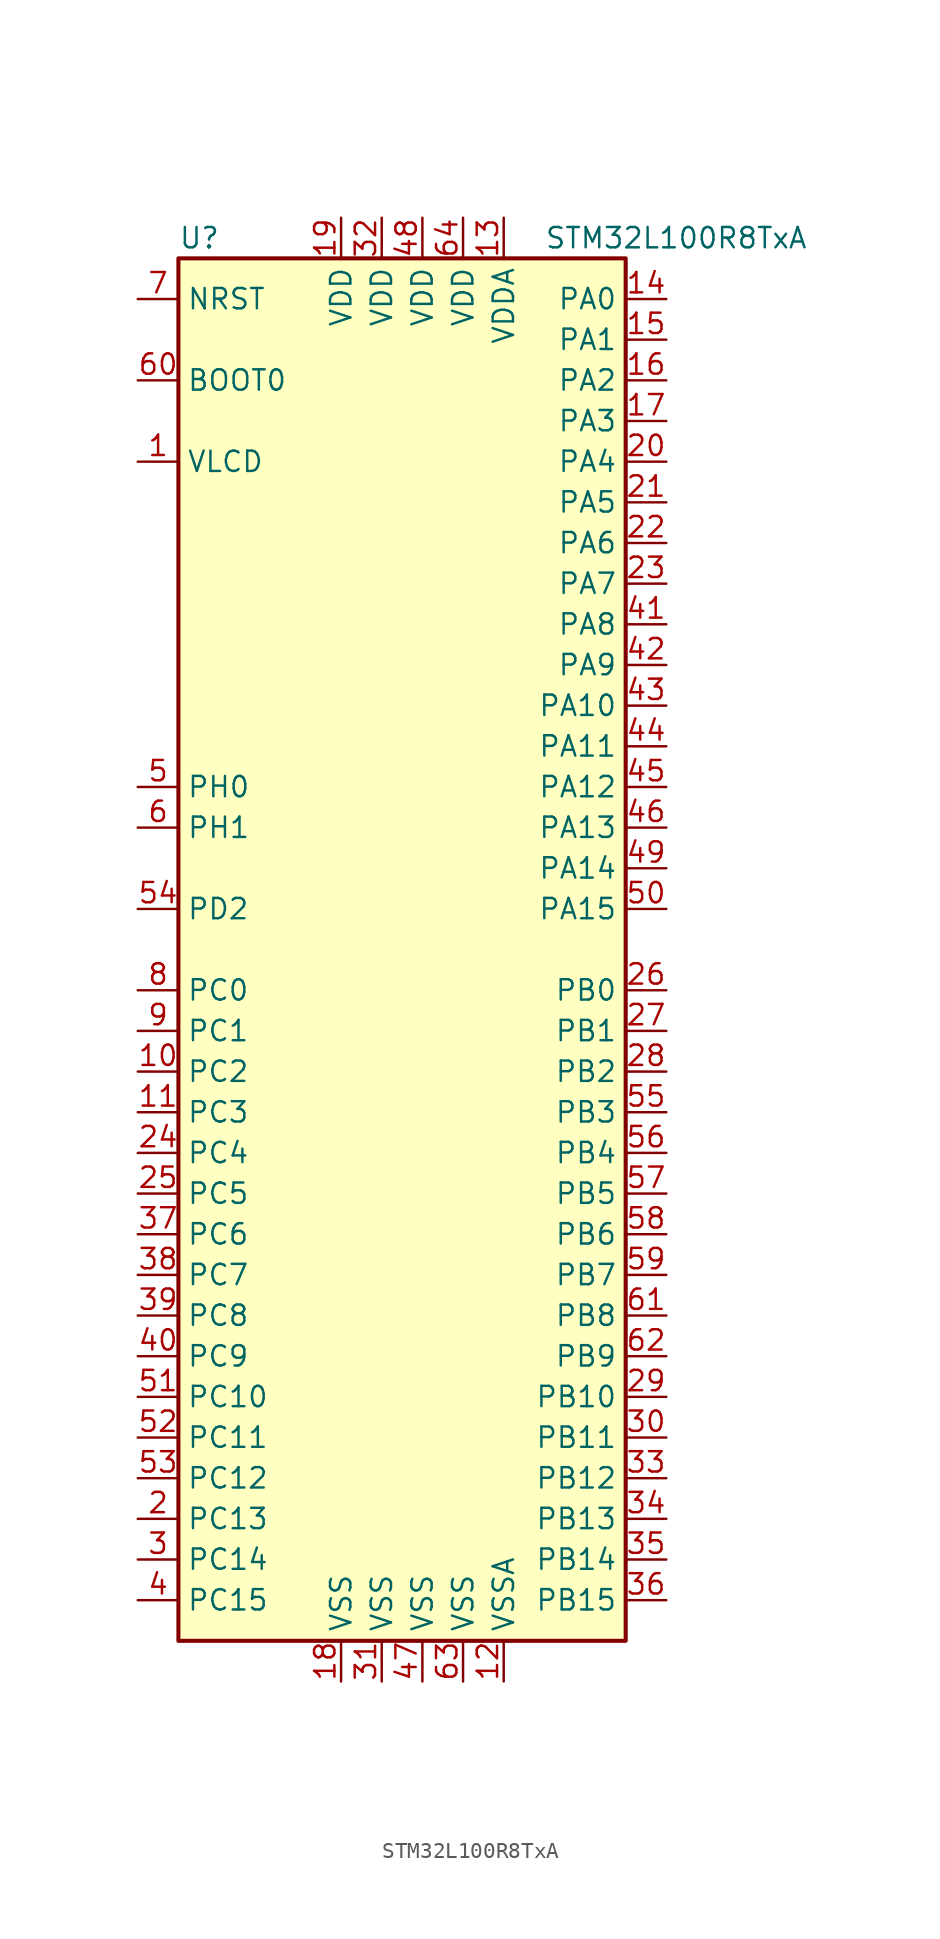
<source format=kicad_sym>
(kicad_symbol_lib
  (version 20201005)
  (generator kicad_symbol_editor)
  (symbol "STM32L100R8TxA"
    (property "Reference" "U"
      (at -15.24 44.45 0)
      (effects (font (size 1.27 1.27)) (justify left)))
    (property "Value" "STM32L100R8TxA"
      (at 7.62 44.45 0)
      (effects (font (size 1.27 1.27)) (justify left)))
    (symbol "STM32L100R8TxA_0_1"
      (rectangle (start -15.24 -43.18) (end 12.7 43.18) (stroke (width 0.254)) (fill (type background))))
    (symbol "STM32L100R8TxA_1_1"
      (pin power_in line (at -17.78 30.48 0) (length 2.54) (name "VLCD" (effects (font (size 1.27 1.27)))) (number "1" (effects (font (size 1.27 1.27)))))
      (pin bidirectional line (at -17.78 -7.62 0) (length 2.54) (name "PC2" (effects (font (size 1.27 1.27)))) (number "10" (effects (font (size 1.27 1.27)))))
      (pin bidirectional line (at -17.78 -10.16 0) (length 2.54) (name "PC3" (effects (font (size 1.27 1.27)))) (number "11" (effects (font (size 1.27 1.27)))))
      (pin power_in line (at 5.08 -45.72 90) (length 2.54) (name "VSSA" (effects (font (size 1.27 1.27)))) (number "12" (effects (font (size 1.27 1.27)))))
      (pin power_in line (at 5.08 45.72 270) (length 2.54) (name "VDDA" (effects (font (size 1.27 1.27)))) (number "13" (effects (font (size 1.27 1.27)))))
      (pin bidirectional line (at 15.24 40.64 180) (length 2.54) (name "PA0" (effects (font (size 1.27 1.27)))) (number "14" (effects (font (size 1.27 1.27)))))
      (pin bidirectional line (at 15.24 38.1 180) (length 2.54) (name "PA1" (effects (font (size 1.27 1.27)))) (number "15" (effects (font (size 1.27 1.27)))))
      (pin bidirectional line (at 15.24 35.56 180) (length 2.54) (name "PA2" (effects (font (size 1.27 1.27)))) (number "16" (effects (font (size 1.27 1.27)))))
      (pin bidirectional line (at 15.24 33.02 180) (length 2.54) (name "PA3" (effects (font (size 1.27 1.27)))) (number "17" (effects (font (size 1.27 1.27)))))
      (pin power_in line (at -5.08 -45.72 90) (length 2.54) (name "VSS" (effects (font (size 1.27 1.27)))) (number "18" (effects (font (size 1.27 1.27)))))
      (pin power_in line (at -5.08 45.72 270) (length 2.54) (name "VDD" (effects (font (size 1.27 1.27)))) (number "19" (effects (font (size 1.27 1.27)))))
      (pin bidirectional line (at -17.78 -35.56 0) (length 2.54) (name "PC13" (effects (font (size 1.27 1.27)))) (number "2" (effects (font (size 1.27 1.27)))))
      (pin bidirectional line (at 15.24 30.48 180) (length 2.54) (name "PA4" (effects (font (size 1.27 1.27)))) (number "20" (effects (font (size 1.27 1.27)))))
      (pin bidirectional line (at 15.24 27.94 180) (length 2.54) (name "PA5" (effects (font (size 1.27 1.27)))) (number "21" (effects (font (size 1.27 1.27)))))
      (pin bidirectional line (at 15.24 25.4 180) (length 2.54) (name "PA6" (effects (font (size 1.27 1.27)))) (number "22" (effects (font (size 1.27 1.27)))))
      (pin bidirectional line (at 15.24 22.86 180) (length 2.54) (name "PA7" (effects (font (size 1.27 1.27)))) (number "23" (effects (font (size 1.27 1.27)))))
      (pin bidirectional line (at -17.78 -12.7 0) (length 2.54) (name "PC4" (effects (font (size 1.27 1.27)))) (number "24" (effects (font (size 1.27 1.27)))))
      (pin bidirectional line (at -17.78 -15.24 0) (length 2.54) (name "PC5" (effects (font (size 1.27 1.27)))) (number "25" (effects (font (size 1.27 1.27)))))
      (pin bidirectional line (at 15.24 -2.54 180) (length 2.54) (name "PB0" (effects (font (size 1.27 1.27)))) (number "26" (effects (font (size 1.27 1.27)))))
      (pin bidirectional line (at 15.24 -5.08 180) (length 2.54) (name "PB1" (effects (font (size 1.27 1.27)))) (number "27" (effects (font (size 1.27 1.27)))))
      (pin bidirectional line (at 15.24 -7.62 180) (length 2.54) (name "PB2" (effects (font (size 1.27 1.27)))) (number "28" (effects (font (size 1.27 1.27)))))
      (pin bidirectional line (at 15.24 -27.94 180) (length 2.54) (name "PB10" (effects (font (size 1.27 1.27)))) (number "29" (effects (font (size 1.27 1.27)))))
      (pin bidirectional line (at -17.78 -38.1 0) (length 2.54) (name "PC14" (effects (font (size 1.27 1.27)))) (number "3" (effects (font (size 1.27 1.27)))))
      (pin bidirectional line (at 15.24 -30.48 180) (length 2.54) (name "PB11" (effects (font (size 1.27 1.27)))) (number "30" (effects (font (size 1.27 1.27)))))
      (pin power_in line (at -2.54 -45.72 90) (length 2.54) (name "VSS" (effects (font (size 1.27 1.27)))) (number "31" (effects (font (size 1.27 1.27)))))
      (pin power_in line (at -2.54 45.72 270) (length 2.54) (name "VDD" (effects (font (size 1.27 1.27)))) (number "32" (effects (font (size 1.27 1.27)))))
      (pin bidirectional line (at 15.24 -33.02 180) (length 2.54) (name "PB12" (effects (font (size 1.27 1.27)))) (number "33" (effects (font (size 1.27 1.27)))))
      (pin bidirectional line (at 15.24 -35.56 180) (length 2.54) (name "PB13" (effects (font (size 1.27 1.27)))) (number "34" (effects (font (size 1.27 1.27)))))
      (pin bidirectional line (at 15.24 -38.1 180) (length 2.54) (name "PB14" (effects (font (size 1.27 1.27)))) (number "35" (effects (font (size 1.27 1.27)))))
      (pin bidirectional line (at 15.24 -40.64 180) (length 2.54) (name "PB15" (effects (font (size 1.27 1.27)))) (number "36" (effects (font (size 1.27 1.27)))))
      (pin bidirectional line (at -17.78 -17.78 0) (length 2.54) (name "PC6" (effects (font (size 1.27 1.27)))) (number "37" (effects (font (size 1.27 1.27)))))
      (pin bidirectional line (at -17.78 -20.32 0) (length 2.54) (name "PC7" (effects (font (size 1.27 1.27)))) (number "38" (effects (font (size 1.27 1.27)))))
      (pin bidirectional line (at -17.78 -22.86 0) (length 2.54) (name "PC8" (effects (font (size 1.27 1.27)))) (number "39" (effects (font (size 1.27 1.27)))))
      (pin bidirectional line (at -17.78 -40.64 0) (length 2.54) (name "PC15" (effects (font (size 1.27 1.27)))) (number "4" (effects (font (size 1.27 1.27)))))
      (pin bidirectional line (at -17.78 -25.4 0) (length 2.54) (name "PC9" (effects (font (size 1.27 1.27)))) (number "40" (effects (font (size 1.27 1.27)))))
      (pin bidirectional line (at 15.24 20.32 180) (length 2.54) (name "PA8" (effects (font (size 1.27 1.27)))) (number "41" (effects (font (size 1.27 1.27)))))
      (pin bidirectional line (at 15.24 17.78 180) (length 2.54) (name "PA9" (effects (font (size 1.27 1.27)))) (number "42" (effects (font (size 1.27 1.27)))))
      (pin bidirectional line (at 15.24 15.24 180) (length 2.54) (name "PA10" (effects (font (size 1.27 1.27)))) (number "43" (effects (font (size 1.27 1.27)))))
      (pin bidirectional line (at 15.24 12.7 180) (length 2.54) (name "PA11" (effects (font (size 1.27 1.27)))) (number "44" (effects (font (size 1.27 1.27)))))
      (pin bidirectional line (at 15.24 10.16 180) (length 2.54) (name "PA12" (effects (font (size 1.27 1.27)))) (number "45" (effects (font (size 1.27 1.27)))))
      (pin bidirectional line (at 15.24 7.62 180) (length 2.54) (name "PA13" (effects (font (size 1.27 1.27)))) (number "46" (effects (font (size 1.27 1.27)))))
      (pin power_in line (at 0 -45.72 90) (length 2.54) (name "VSS" (effects (font (size 1.27 1.27)))) (number "47" (effects (font (size 1.27 1.27)))))
      (pin power_in line (at 0 45.72 270) (length 2.54) (name "VDD" (effects (font (size 1.27 1.27)))) (number "48" (effects (font (size 1.27 1.27)))))
      (pin bidirectional line (at 15.24 5.08 180) (length 2.54) (name "PA14" (effects (font (size 1.27 1.27)))) (number "49" (effects (font (size 1.27 1.27)))))
      (pin input line (at -17.78 10.16 0) (length 2.54) (name "PH0" (effects (font (size 1.27 1.27)))) (number "5" (effects (font (size 1.27 1.27)))))
      (pin bidirectional line (at 15.24 2.54 180) (length 2.54) (name "PA15" (effects (font (size 1.27 1.27)))) (number "50" (effects (font (size 1.27 1.27)))))
      (pin bidirectional line (at -17.78 -27.94 0) (length 2.54) (name "PC10" (effects (font (size 1.27 1.27)))) (number "51" (effects (font (size 1.27 1.27)))))
      (pin bidirectional line (at -17.78 -30.48 0) (length 2.54) (name "PC11" (effects (font (size 1.27 1.27)))) (number "52" (effects (font (size 1.27 1.27)))))
      (pin bidirectional line (at -17.78 -33.02 0) (length 2.54) (name "PC12" (effects (font (size 1.27 1.27)))) (number "53" (effects (font (size 1.27 1.27)))))
      (pin bidirectional line (at -17.78 2.54 0) (length 2.54) (name "PD2" (effects (font (size 1.27 1.27)))) (number "54" (effects (font (size 1.27 1.27)))))
      (pin bidirectional line (at 15.24 -10.16 180) (length 2.54) (name "PB3" (effects (font (size 1.27 1.27)))) (number "55" (effects (font (size 1.27 1.27)))))
      (pin bidirectional line (at 15.24 -12.7 180) (length 2.54) (name "PB4" (effects (font (size 1.27 1.27)))) (number "56" (effects (font (size 1.27 1.27)))))
      (pin bidirectional line (at 15.24 -15.24 180) (length 2.54) (name "PB5" (effects (font (size 1.27 1.27)))) (number "57" (effects (font (size 1.27 1.27)))))
      (pin bidirectional line (at 15.24 -17.78 180) (length 2.54) (name "PB6" (effects (font (size 1.27 1.27)))) (number "58" (effects (font (size 1.27 1.27)))))
      (pin bidirectional line (at 15.24 -20.32 180) (length 2.54) (name "PB7" (effects (font (size 1.27 1.27)))) (number "59" (effects (font (size 1.27 1.27)))))
      (pin input line (at -17.78 7.62 0) (length 2.54) (name "PH1" (effects (font (size 1.27 1.27)))) (number "6" (effects (font (size 1.27 1.27)))))
      (pin input line (at -17.78 35.56 0) (length 2.54) (name "BOOT0" (effects (font (size 1.27 1.27)))) (number "60" (effects (font (size 1.27 1.27)))))
      (pin bidirectional line (at 15.24 -22.86 180) (length 2.54) (name "PB8" (effects (font (size 1.27 1.27)))) (number "61" (effects (font (size 1.27 1.27)))))
      (pin bidirectional line (at 15.24 -25.4 180) (length 2.54) (name "PB9" (effects (font (size 1.27 1.27)))) (number "62" (effects (font (size 1.27 1.27)))))
      (pin power_in line (at 2.54 -45.72 90) (length 2.54) (name "VSS" (effects (font (size 1.27 1.27)))) (number "63" (effects (font (size 1.27 1.27)))))
      (pin power_in line (at 2.54 45.72 270) (length 2.54) (name "VDD" (effects (font (size 1.27 1.27)))) (number "64" (effects (font (size 1.27 1.27)))))
      (pin input line (at -17.78 40.64 0) (length 2.54) (name "NRST" (effects (font (size 1.27 1.27)))) (number "7" (effects (font (size 1.27 1.27)))))
      (pin bidirectional line (at -17.78 -2.54 0) (length 2.54) (name "PC0" (effects (font (size 1.27 1.27)))) (number "8" (effects (font (size 1.27 1.27)))))
      (pin bidirectional line (at -17.78 -5.08 0) (length 2.54) (name "PC1" (effects (font (size 1.27 1.27)))) (number "9" (effects (font (size 1.27 1.27))))))))
</source>
